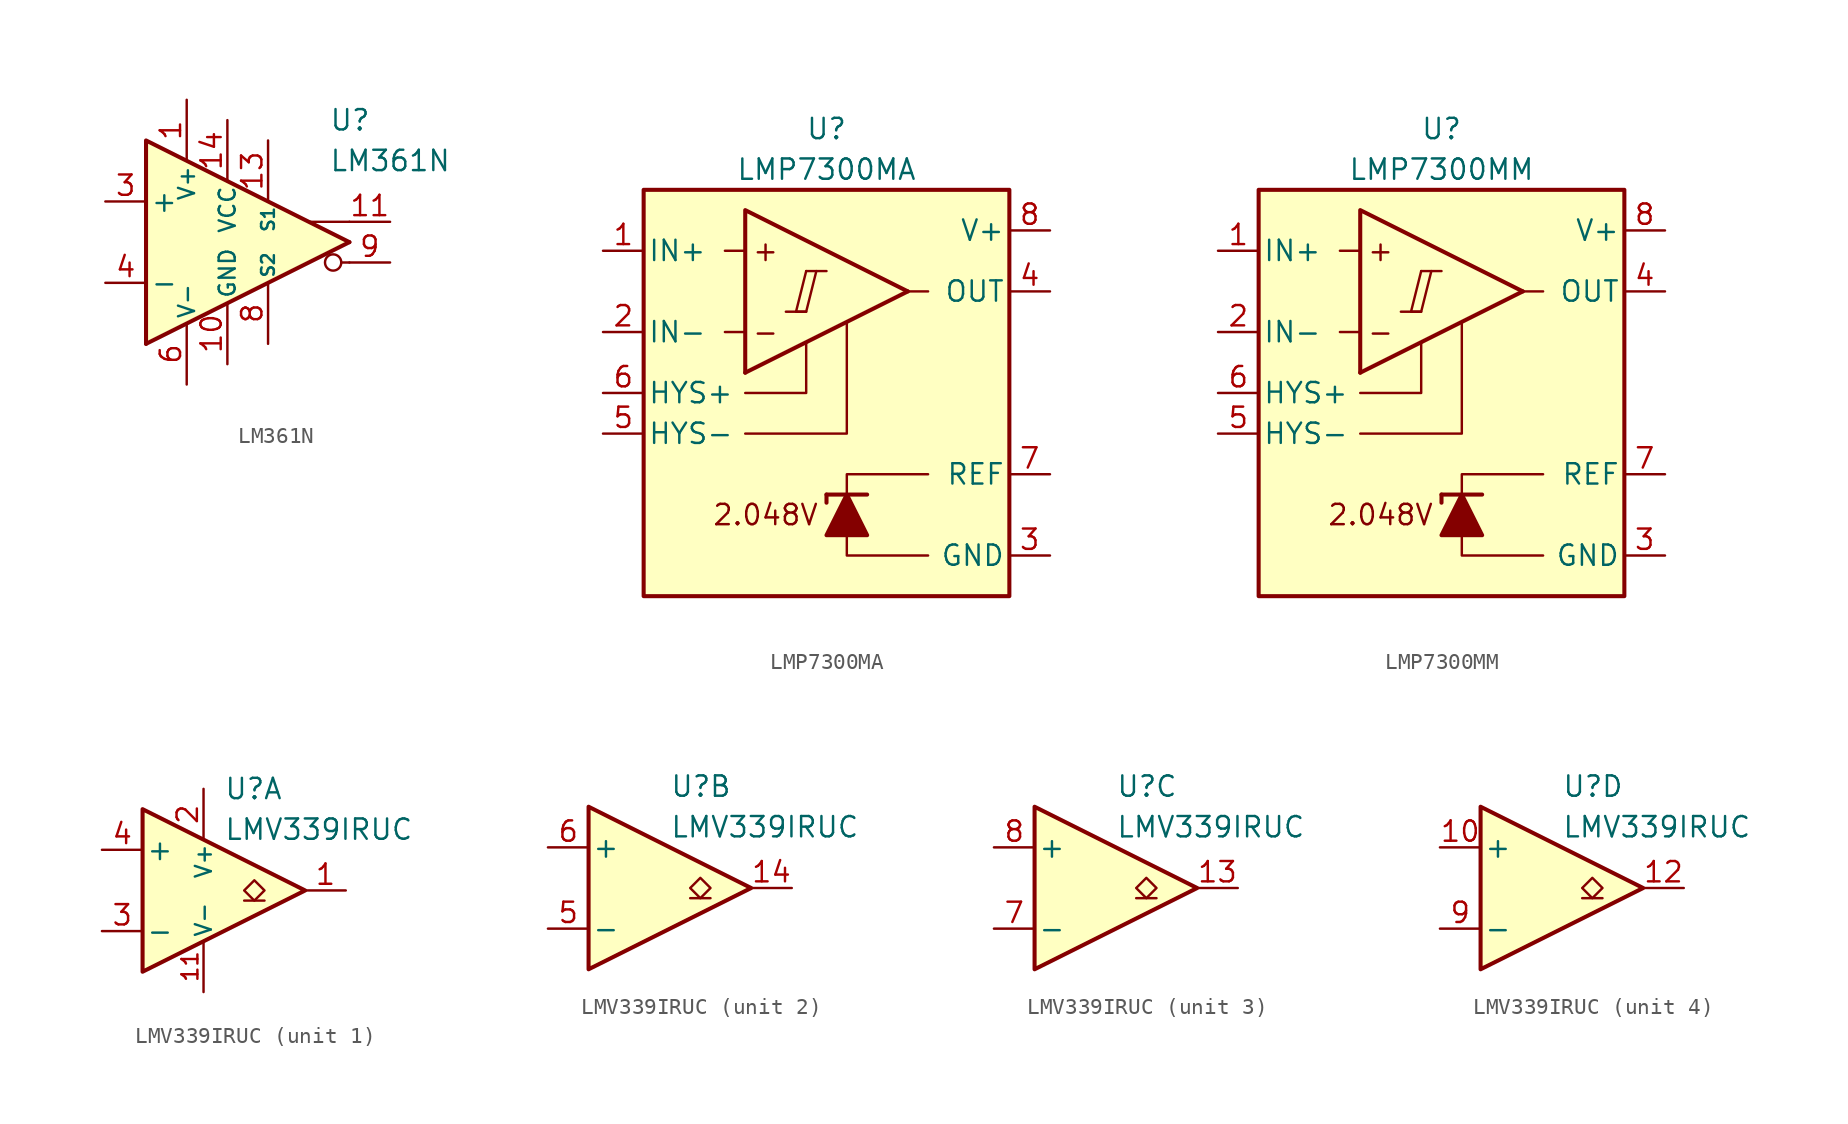
<source format=kicad_sym>
(kicad_symbol_lib
  (version 20211014)
  (generator kicad_symbol_editor)
  (symbol "LM361N"
    (pin_names
      (offset 0.254))
    (property "Reference" "U"
      (at 6.35 7.62 0)
      (effects (font (size 1.27 1.27)) (justify left)))
    (property "Value" "LM361N"
      (at 6.35 5.08 0)
      (effects (font (size 1.27 1.27)) (justify left)))
    (symbol "LM361N_0_0"
      (polyline (pts (xy 7.62 -1.27) (xy 7.112 -1.27)) (stroke (width 0.152) (type default) (color 0 0 0 0)) (fill (type none)))
      (polyline (pts (xy 7.62 0) (xy -5.08 -6.35)) (stroke (width 0.254) (type default) (color 0 0 0 0)) (fill (type none)))
      (polyline (pts (xy 7.62 1.27) (xy 5.08 1.27)) (stroke (width 0.152) (type default) (color 0 0 0 0)) (fill (type none)))
      (polyline (pts (xy 7.62 0) (xy -5.08 6.35) (xy -5.08 -6.35)) (stroke (width 0.254) (type default) (color 0 0 0 0)) (fill (type background)))
      (circle (center 6.604 -1.27) (radius 0.508) (stroke (width 0.152) (type default) (color 0 0 0 0)) (fill (type none))))
    (symbol "LM361N_1_1"
      (pin power_in line (at -2.54 8.89 270) (length 3.81) (name "V+" (effects (font (size 1 1)))) (number "1" (effects (font (size 1.27 1.27)))))
      (pin power_in line (at 0 -7.62 90) (length 3.81) (name "GND" (effects (font (size 1 1)))) (number "10" (effects (font (size 1.27 1.27)))))
      (pin output line (at 10.16 1.27 180) (length 2.54) (name "~" (effects (font (size 1.27 1.27)))) (number "11" (effects (font (size 1.27 1.27)))))
      (pin no_connect line (at 1.27 -2.54 90) (length 2.54) hide (name "NC" (effects (font (size 1.27 1.27)))) (number "12" (effects (font (size 1.27 1.27)))))
      (pin input line (at 2.54 6.35 270) (length 3.81) (name "S1" (effects (font (size 0.8 0.8)))) (number "13" (effects (font (size 1.27 1.27)))))
      (pin power_in line (at 0 7.62 270) (length 3.81) (name "VCC" (effects (font (size 1 1)))) (number "14" (effects (font (size 1.27 1.27)))))
      (pin no_connect line (at -1.27 2.54 270) (length 2.54) hide (name "NC" (effects (font (size 1.27 1.27)))) (number "2" (effects (font (size 1.27 1.27)))))
      (pin input line (at -7.62 2.54 0) (length 2.54) (name "+" (effects (font (size 1.27 1.27)))) (number "3" (effects (font (size 1.27 1.27)))))
      (pin input line (at -7.62 -2.54 0) (length 2.54) (name "-" (effects (font (size 1.27 1.27)))) (number "4" (effects (font (size 1.27 1.27)))))
      (pin no_connect line (at -1.27 -2.54 90) (length 2.54) hide (name "NC" (effects (font (size 1.27 1.27)))) (number "5" (effects (font (size 1.27 1.27)))))
      (pin power_in line (at -2.54 -8.89 90) (length 3.81) (name "V-" (effects (font (size 1 1)))) (number "6" (effects (font (size 1.27 1.27)))))
      (pin no_connect line (at 1.27 2.54 270) (length 2.54) hide (name "NC" (effects (font (size 1.27 1.27)))) (number "7" (effects (font (size 1.27 1.27)))))
      (pin input line (at 2.54 -6.35 90) (length 3.81) (name "S2" (effects (font (size 0.8 0.8)))) (number "8" (effects (font (size 1.27 1.27)))))
      (pin output line (at 10.16 -1.27 180) (length 2.54) (name "~" (effects (font (size 1.27 1.27)))) (number "9" (effects (font (size 1.27 1.27)))))))
  (symbol "LMP7300MA"
    (pin_names
      (offset 0.254))
    (property "Reference" "U"
      (at 0 16.51 0)
      (effects (font (size 1.27 1.27))))
    (property "Value" "LMP7300MA"
      (at 0 13.97 0)
      (effects (font (size 1.27 1.27))))
    (symbol "LMP7300MA_0_0"
      (polyline (pts (xy -2.54 5.08) (xy -1.27 5.08)) (stroke (width 0.152) (type default) (color 0 0 0 0)) (fill (type none)))
      (polyline (pts (xy -1.27 7.62) (xy 0 7.62)) (stroke (width 0.152) (type default) (color 0 0 0 0)) (fill (type none)))
      (polyline (pts (xy 5.08 6.35) (xy -5.08 1.27)) (stroke (width 0.254) (type default) (color 0 0 0 0)) (fill (type none)))
      (polyline (pts (xy -5.08 -2.54) (xy 1.27 -2.54) (xy 1.27 4.445)) (stroke (width 0.152) (type default) (color 0 0 0 0)) (fill (type none)))
      (polyline (pts (xy 5.08 6.35) (xy -5.08 11.43) (xy -5.08 1.27)) (stroke (width 0.254) (type default) (color 0 0 0 0)) (fill (type background)))
      (polyline (pts (xy -1.27 7.62) (xy -1.905 5.08) (xy -1.27 5.08) (xy -0.635 7.62)) (stroke (width 0.152) (type default) (color 0 0 0 0)) (fill (type none)))
      (text "+" (at -3.81 8.89 0) (effects (font (size 1.27 1.27))))
      (text "-" (at -3.81 3.81 0) (effects (font (size 1.27 1.27))))
      (text "2.048V" (at -3.81 -7.62 0) (effects (font (size 1.27 1.27)))))
    (symbol "LMP7300MA_0_1"
      (rectangle (start -11.43 12.7) (end 11.43 -12.7) (stroke (width 0.254) (type default) (color 0 0 0 0)) (fill (type background)))
      (polyline (pts (xy -5.08 3.81) (xy -6.35 3.81)) (stroke (width 0) (type default) (color 0 0 0 0)) (fill (type none)))
      (polyline (pts (xy -5.08 8.89) (xy -6.35 8.89)) (stroke (width 0) (type default) (color 0 0 0 0)) (fill (type none)))
      (polyline (pts (xy 0 -6.35) (xy 0 -6.858)) (stroke (width 0.254) (type default) (color 0 0 0 0)) (fill (type none)))
      (polyline (pts (xy 2.54 -6.35) (xy 0 -6.35)) (stroke (width 0.254) (type default) (color 0 0 0 0)) (fill (type none)))
      (polyline (pts (xy 5.08 6.35) (xy 6.35 6.35)) (stroke (width 0) (type default) (color 0 0 0 0)) (fill (type none)))
      (polyline (pts (xy -1.27 3.175) (xy -1.27 0) (xy -5.08 0)) (stroke (width 0) (type default) (color 0 0 0 0)) (fill (type none)))
      (polyline (pts (xy 1.27 -8.89) (xy 1.27 -10.16) (xy 6.35 -10.16)) (stroke (width 0) (type default) (color 0 0 0 0)) (fill (type none)))
      (polyline (pts (xy 1.27 -6.35) (xy 1.27 -5.08) (xy 6.35 -5.08)) (stroke (width 0) (type default) (color 0 0 0 0)) (fill (type none)))
      (polyline (pts (xy 0 -8.89) (xy 2.54 -8.89) (xy 1.27 -6.35) (xy 0 -8.89)) (stroke (width 0.254) (type default) (color 0 0 0 0)) (fill (type outline))))
    (symbol "LMP7300MA_1_1"
      (pin input line (at -13.97 8.89 0) (length 2.54) (name "IN+" (effects (font (size 1.27 1.27)))) (number "1" (effects (font (size 1.27 1.27)))))
      (pin input line (at -13.97 3.81 0) (length 2.54) (name "IN-" (effects (font (size 1.27 1.27)))) (number "2" (effects (font (size 1.27 1.27)))))
      (pin power_in line (at 13.97 -10.16 180) (length 2.54) (name "GND" (effects (font (size 1.27 1.27)))) (number "3" (effects (font (size 1.27 1.27)))))
      (pin output line (at 13.97 6.35 180) (length 2.54) (name "OUT" (effects (font (size 1.27 1.27)))) (number "4" (effects (font (size 1.27 1.27)))))
      (pin input line (at -13.97 -2.54 0) (length 2.54) (name "HYS-" (effects (font (size 1.27 1.27)))) (number "5" (effects (font (size 1.27 1.27)))))
      (pin input line (at -13.97 0 0) (length 2.54) (name "HYS+" (effects (font (size 1.27 1.27)))) (number "6" (effects (font (size 1.27 1.27)))))
      (pin output line (at 13.97 -5.08 180) (length 2.54) (name "REF" (effects (font (size 1.27 1.27)))) (number "7" (effects (font (size 1.27 1.27)))))
      (pin power_in line (at 13.97 10.16 180) (length 2.54) (name "V+" (effects (font (size 1.27 1.27)))) (number "8" (effects (font (size 1.27 1.27)))))))
  (symbol "LMP7300MM"
    (pin_names
      (offset 0.254))
    (property "Reference" "U"
      (at 0 16.51 0)
      (effects (font (size 1.27 1.27))))
    (property "Value" "LMP7300MM"
      (at 0 13.97 0)
      (effects (font (size 1.27 1.27))))
    (symbol "LMP7300MM_0_0"
      (polyline (pts (xy -2.54 5.08) (xy -1.27 5.08)) (stroke (width 0.152) (type default) (color 0 0 0 0)) (fill (type none)))
      (polyline (pts (xy -1.27 7.62) (xy 0 7.62)) (stroke (width 0.152) (type default) (color 0 0 0 0)) (fill (type none)))
      (polyline (pts (xy 5.08 6.35) (xy -5.08 1.27)) (stroke (width 0.254) (type default) (color 0 0 0 0)) (fill (type none)))
      (polyline (pts (xy -5.08 -2.54) (xy 1.27 -2.54) (xy 1.27 4.445)) (stroke (width 0.152) (type default) (color 0 0 0 0)) (fill (type none)))
      (polyline (pts (xy 5.08 6.35) (xy -5.08 11.43) (xy -5.08 1.27)) (stroke (width 0.254) (type default) (color 0 0 0 0)) (fill (type background)))
      (polyline (pts (xy -1.27 7.62) (xy -1.905 5.08) (xy -1.27 5.08) (xy -0.635 7.62)) (stroke (width 0.152) (type default) (color 0 0 0 0)) (fill (type none)))
      (text "+" (at -3.81 8.89 0) (effects (font (size 1.27 1.27))))
      (text "-" (at -3.81 3.81 0) (effects (font (size 1.27 1.27))))
      (text "2.048V" (at -3.81 -7.62 0) (effects (font (size 1.27 1.27)))))
    (symbol "LMP7300MM_0_1"
      (rectangle (start -11.43 12.7) (end 11.43 -12.7) (stroke (width 0.254) (type default) (color 0 0 0 0)) (fill (type background)))
      (polyline (pts (xy -5.08 3.81) (xy -6.35 3.81)) (stroke (width 0) (type default) (color 0 0 0 0)) (fill (type none)))
      (polyline (pts (xy -5.08 8.89) (xy -6.35 8.89)) (stroke (width 0) (type default) (color 0 0 0 0)) (fill (type none)))
      (polyline (pts (xy 0 -6.35) (xy 0 -6.858)) (stroke (width 0.254) (type default) (color 0 0 0 0)) (fill (type none)))
      (polyline (pts (xy 2.54 -6.35) (xy 0 -6.35)) (stroke (width 0.254) (type default) (color 0 0 0 0)) (fill (type none)))
      (polyline (pts (xy 5.08 6.35) (xy 6.35 6.35)) (stroke (width 0) (type default) (color 0 0 0 0)) (fill (type none)))
      (polyline (pts (xy -1.27 3.175) (xy -1.27 0) (xy -5.08 0)) (stroke (width 0) (type default) (color 0 0 0 0)) (fill (type none)))
      (polyline (pts (xy 1.27 -8.89) (xy 1.27 -10.16) (xy 6.35 -10.16)) (stroke (width 0) (type default) (color 0 0 0 0)) (fill (type none)))
      (polyline (pts (xy 1.27 -6.35) (xy 1.27 -5.08) (xy 6.35 -5.08)) (stroke (width 0) (type default) (color 0 0 0 0)) (fill (type none)))
      (polyline (pts (xy 0 -8.89) (xy 2.54 -8.89) (xy 1.27 -6.35) (xy 0 -8.89)) (stroke (width 0.254) (type default) (color 0 0 0 0)) (fill (type outline))))
    (symbol "LMP7300MM_1_1"
      (pin input line (at -13.97 8.89 0) (length 2.54) (name "IN+" (effects (font (size 1.27 1.27)))) (number "1" (effects (font (size 1.27 1.27)))))
      (pin input line (at -13.97 3.81 0) (length 2.54) (name "IN-" (effects (font (size 1.27 1.27)))) (number "2" (effects (font (size 1.27 1.27)))))
      (pin power_in line (at 13.97 -10.16 180) (length 2.54) (name "GND" (effects (font (size 1.27 1.27)))) (number "3" (effects (font (size 1.27 1.27)))))
      (pin output line (at 13.97 6.35 180) (length 2.54) (name "OUT" (effects (font (size 1.27 1.27)))) (number "4" (effects (font (size 1.27 1.27)))))
      (pin input line (at -13.97 -2.54 0) (length 2.54) (name "HYS-" (effects (font (size 1.27 1.27)))) (number "5" (effects (font (size 1.27 1.27)))))
      (pin input line (at -13.97 0 0) (length 2.54) (name "HYS+" (effects (font (size 1.27 1.27)))) (number "6" (effects (font (size 1.27 1.27)))))
      (pin output line (at 13.97 -5.08 180) (length 2.54) (name "REF" (effects (font (size 1.27 1.27)))) (number "7" (effects (font (size 1.27 1.27)))))
      (pin power_in line (at 13.97 10.16 180) (length 2.54) (name "V+" (effects (font (size 1.27 1.27)))) (number "8" (effects (font (size 1.27 1.27)))))))
  (symbol "LMV339IRUC"
    (pin_names
      (offset 0.2))
    (property "Reference" "U"
      (at 1.27 6.35 0)
      (effects (font (size 1.27 1.27)) (justify left)))
    (property "Value" "LMV339IRUC"
      (at 1.27 3.81 0)
      (effects (font (size 1.27 1.27)) (justify left)))
    (property "ki_locked" ""
      (at 0 0 0)
      (effects (font (size 1.27 1.27))))
    (symbol "LMV339IRUC_0_1"
      (polyline (pts (xy -3.81 5.08) (xy -3.81 -5.08) (xy 6.35 0) (xy -3.81 5.08)) (stroke (width 0.254) (type default) (color 0 0 0 0)) (fill (type background))))
    (symbol "LMV339IRUC_1_1"
      (polyline (pts (xy 3.81 -0.635) (xy 2.54 -0.635)) (stroke (width 0.152) (type default) (color 0 0 0 0)) (fill (type none)))
      (polyline (pts (xy 3.175 -0.635) (xy 2.54 0) (xy 3.175 0.635) (xy 3.81 0) (xy 3.175 -0.635)) (stroke (width 0.152) (type default) (color 0 0 0 0)) (fill (type none)))
      (pin open_collector line (at 8.89 0 180) (length 2.54) (name "~" (effects (font (size 1.27 1.27)))) (number "1" (effects (font (size 1.27 1.27)))))
      (pin power_in line (at 0 -6.35 90) (length 3.18) (name "V-" (effects (font (size 1 1)))) (number "11" (effects (font (size 1 1)))))
      (pin power_in line (at 0 6.35 270) (length 3.18) (name "V+" (effects (font (size 1 1)))) (number "2" (effects (font (size 1.27 1.27)))))
      (pin input line (at -6.35 -2.54 0) (length 2.54) (name "-" (effects (font (size 1.27 1.27)))) (number "3" (effects (font (size 1.27 1.27)))))
      (pin input line (at -6.35 2.54 0) (length 2.54) (name "+" (effects (font (size 1.27 1.27)))) (number "4" (effects (font (size 1.27 1.27))))))
    (symbol "LMV339IRUC_2_1"
      (polyline (pts (xy 3.81 -0.635) (xy 2.54 -0.635)) (stroke (width 0.152) (type default) (color 0 0 0 0)) (fill (type none)))
      (polyline (pts (xy 3.175 -0.635) (xy 2.54 0) (xy 3.175 0.635) (xy 3.81 0) (xy 3.175 -0.635)) (stroke (width 0.152) (type default) (color 0 0 0 0)) (fill (type none)))
      (pin open_collector line (at 8.89 0 180) (length 2.54) (name "~" (effects (font (size 1.27 1.27)))) (number "14" (effects (font (size 1.27 1.27)))))
      (pin input line (at -6.35 -2.54 0) (length 2.54) (name "-" (effects (font (size 1.27 1.27)))) (number "5" (effects (font (size 1.27 1.27)))))
      (pin input line (at -6.35 2.54 0) (length 2.54) (name "+" (effects (font (size 1.27 1.27)))) (number "6" (effects (font (size 1.27 1.27))))))
    (symbol "LMV339IRUC_3_1"
      (polyline (pts (xy 3.81 -0.635) (xy 2.54 -0.635)) (stroke (width 0.152) (type default) (color 0 0 0 0)) (fill (type none)))
      (polyline (pts (xy 3.175 -0.635) (xy 2.54 0) (xy 3.175 0.635) (xy 3.81 0) (xy 3.175 -0.635)) (stroke (width 0.152) (type default) (color 0 0 0 0)) (fill (type none)))
      (pin open_collector line (at 8.89 0 180) (length 2.54) (name "~" (effects (font (size 1.27 1.27)))) (number "13" (effects (font (size 1.27 1.27)))))
      (pin input line (at -6.35 -2.54 0) (length 2.54) (name "-" (effects (font (size 1.27 1.27)))) (number "7" (effects (font (size 1.27 1.27)))))
      (pin input line (at -6.35 2.54 0) (length 2.54) (name "+" (effects (font (size 1.27 1.27)))) (number "8" (effects (font (size 1.27 1.27))))))
    (symbol "LMV339IRUC_4_1"
      (polyline (pts (xy 3.81 -0.635) (xy 2.54 -0.635)) (stroke (width 0.152) (type default) (color 0 0 0 0)) (fill (type none)))
      (polyline (pts (xy 3.175 -0.635) (xy 2.54 0) (xy 3.175 0.635) (xy 3.81 0) (xy 3.175 -0.635)) (stroke (width 0.152) (type default) (color 0 0 0 0)) (fill (type none)))
      (pin input line (at -6.35 2.54 0) (length 2.54) (name "+" (effects (font (size 1.27 1.27)))) (number "10" (effects (font (size 1.27 1.27)))))
      (pin open_collector line (at 8.89 0 180) (length 2.54) (name "~" (effects (font (size 1.27 1.27)))) (number "12" (effects (font (size 1.27 1.27)))))
      (pin input line (at -6.35 -2.54 0) (length 2.54) (name "-" (effects (font (size 1.27 1.27)))) (number "9" (effects (font (size 1.27 1.27))))))))
</source>
